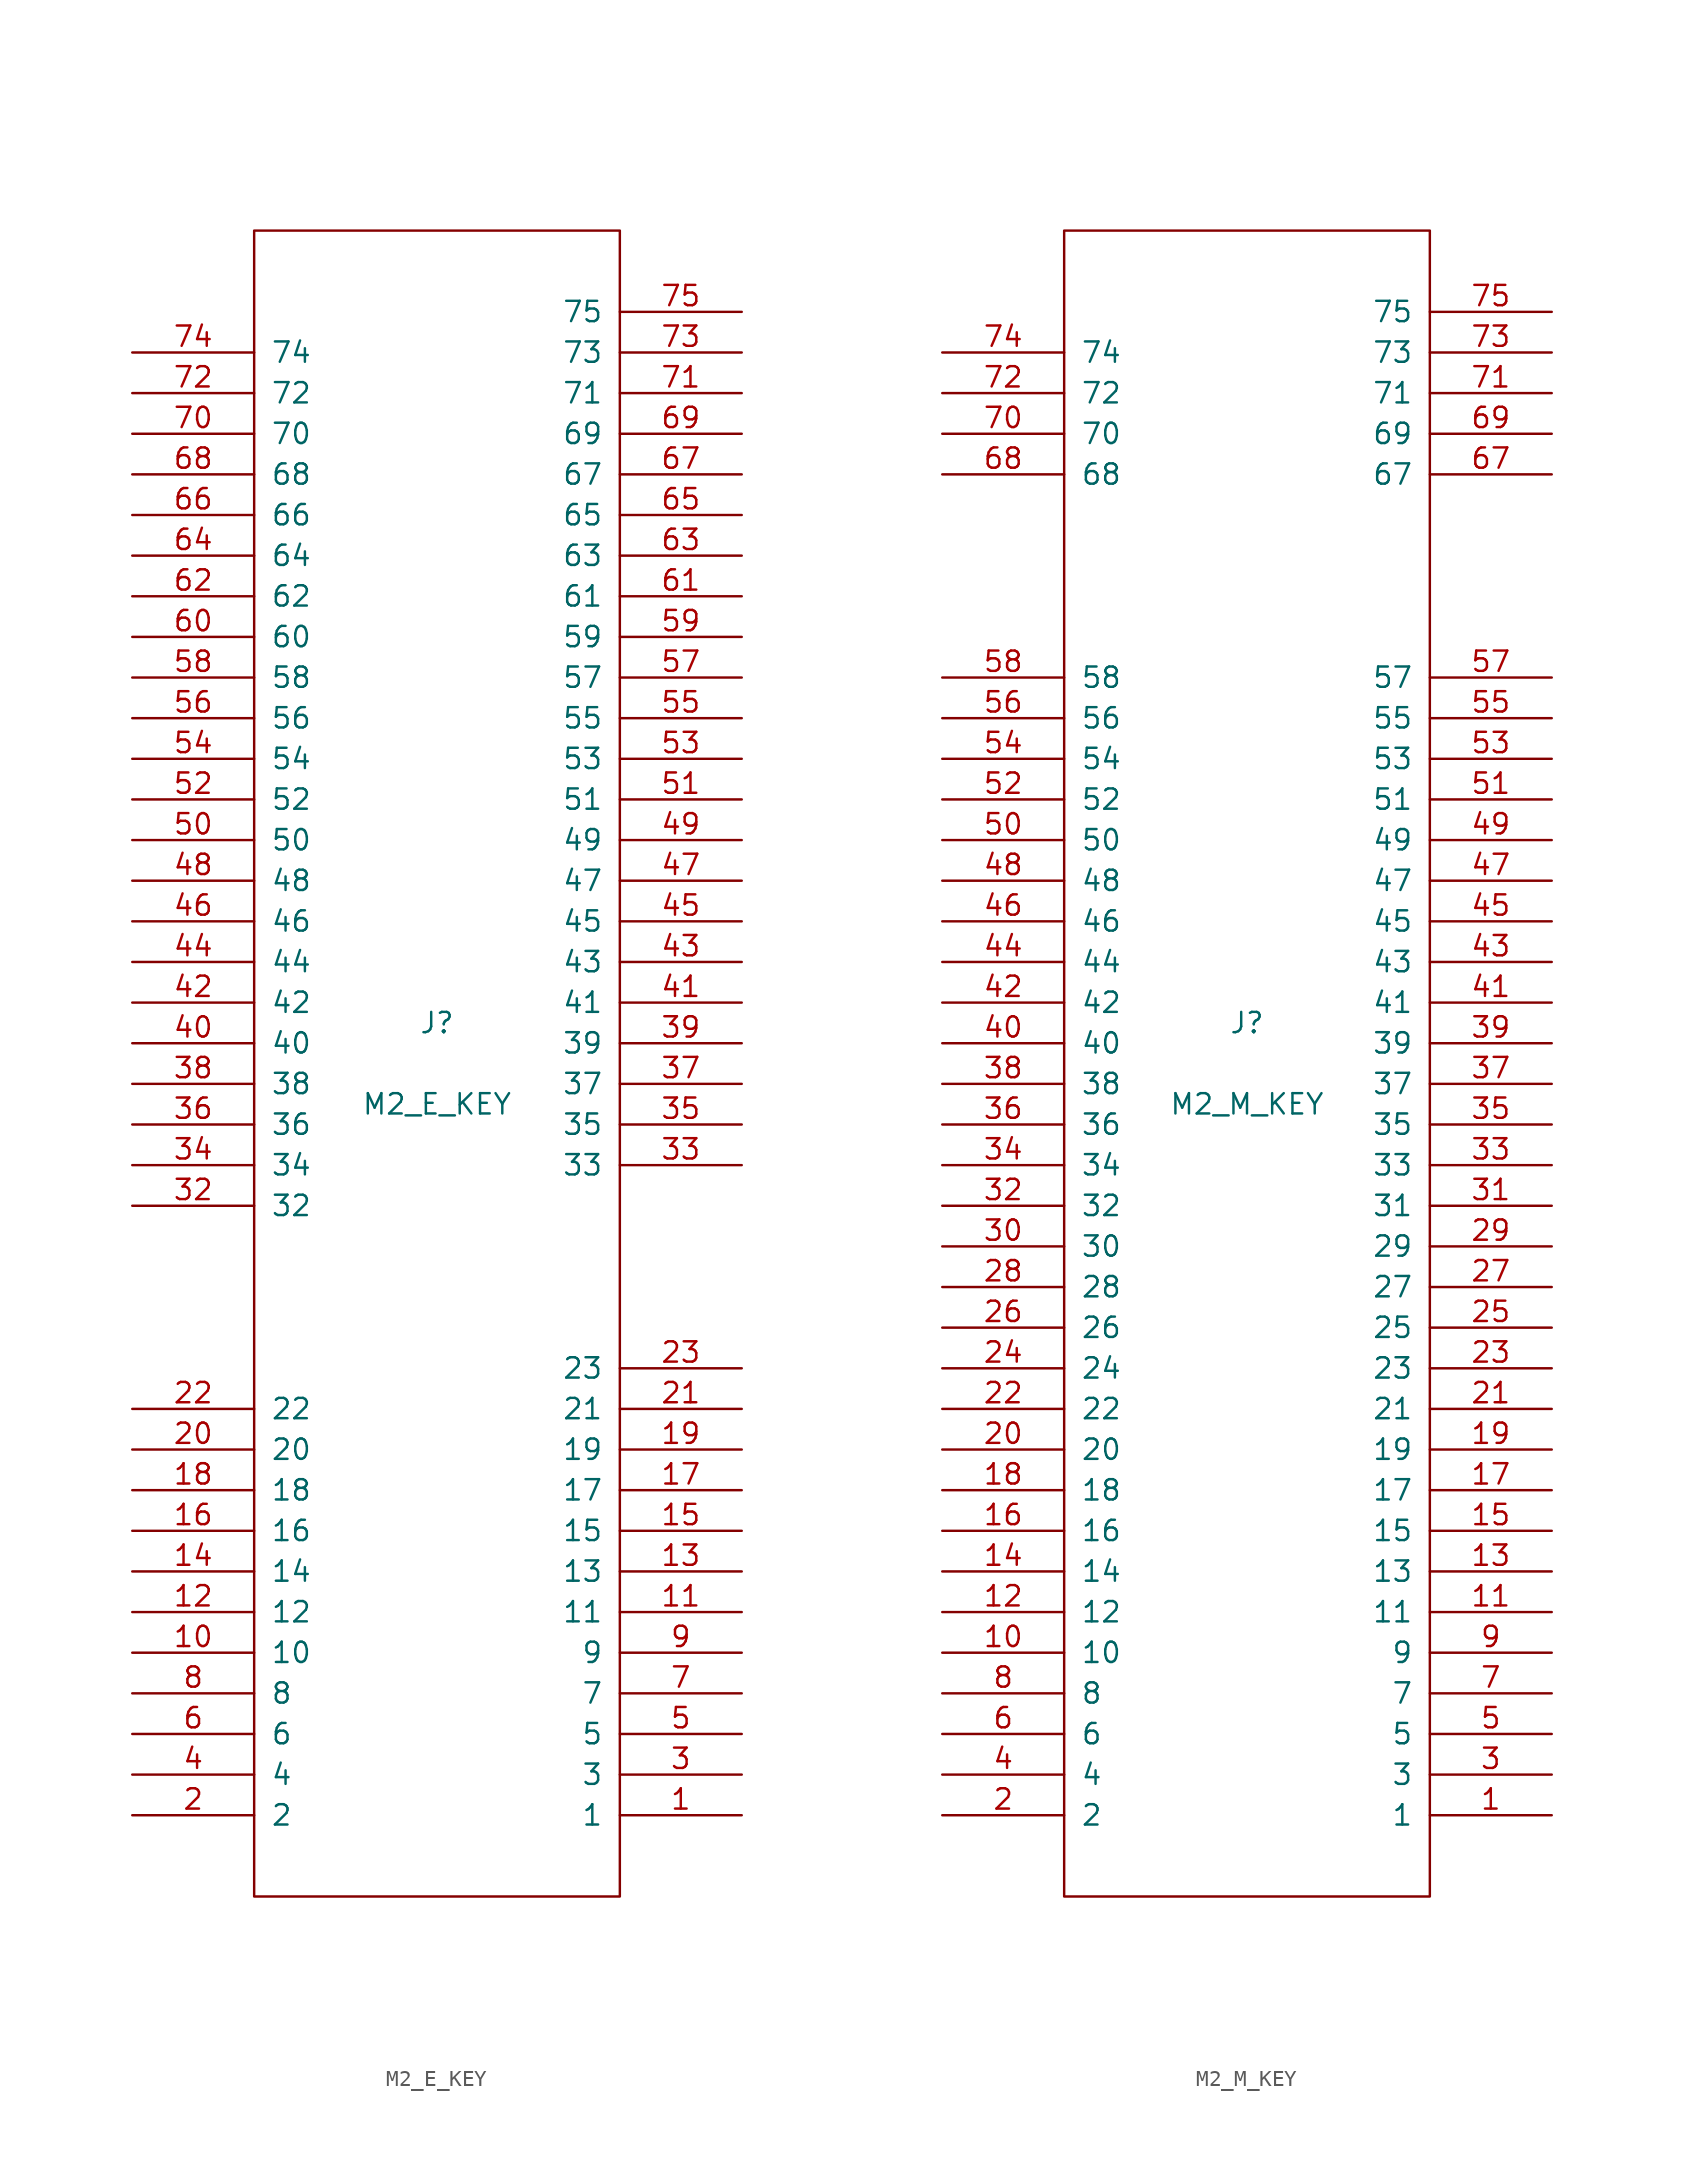
<source format=kicad_sym>
(kicad_symbol_lib
  (version 20211014)
  (generator kicad_symbol_editor)
  (symbol "M2_E_KEY"
    (pin_names
      (offset 1.016))
    (property "Reference" "J"
      (at 0 2.54 0)
      (effects (font (size 1.27 1.27))))
    (property "Value" "M2_E_KEY"
      (at 0 -2.54 0)
      (effects (font (size 1.27 1.27))))
    (symbol "M2_E_KEY_1_0"
      (rectangle (start 11.43 52.07) (end -11.43 -52.07) (stroke (width 0) (type default) (color 0 0 0 0)) (fill (type none))))
    (symbol "M2_E_KEY_1_1"
      (pin passive line (at 19.05 -46.99 180) (length 7.62) (name "1" (effects (font (size 1.27 1.27)))) (number "1" (effects (font (size 1.27 1.27)))))
      (pin passive line (at -19.05 -36.83 0) (length 7.62) (name "10" (effects (font (size 1.27 1.27)))) (number "10" (effects (font (size 1.27 1.27)))))
      (pin passive line (at 19.05 -34.29 180) (length 7.62) (name "11" (effects (font (size 1.27 1.27)))) (number "11" (effects (font (size 1.27 1.27)))))
      (pin passive line (at -19.05 -34.29 0) (length 7.62) (name "12" (effects (font (size 1.27 1.27)))) (number "12" (effects (font (size 1.27 1.27)))))
      (pin passive line (at 19.05 -31.75 180) (length 7.62) (name "13" (effects (font (size 1.27 1.27)))) (number "13" (effects (font (size 1.27 1.27)))))
      (pin passive line (at -19.05 -31.75 0) (length 7.62) (name "14" (effects (font (size 1.27 1.27)))) (number "14" (effects (font (size 1.27 1.27)))))
      (pin passive line (at 19.05 -29.21 180) (length 7.62) (name "15" (effects (font (size 1.27 1.27)))) (number "15" (effects (font (size 1.27 1.27)))))
      (pin passive line (at -19.05 -29.21 0) (length 7.62) (name "16" (effects (font (size 1.27 1.27)))) (number "16" (effects (font (size 1.27 1.27)))))
      (pin passive line (at 19.05 -26.67 180) (length 7.62) (name "17" (effects (font (size 1.27 1.27)))) (number "17" (effects (font (size 1.27 1.27)))))
      (pin passive line (at -19.05 -26.67 0) (length 7.62) (name "18" (effects (font (size 1.27 1.27)))) (number "18" (effects (font (size 1.27 1.27)))))
      (pin passive line (at 19.05 -24.13 180) (length 7.62) (name "19" (effects (font (size 1.27 1.27)))) (number "19" (effects (font (size 1.27 1.27)))))
      (pin passive line (at -19.05 -46.99 0) (length 7.62) (name "2" (effects (font (size 1.27 1.27)))) (number "2" (effects (font (size 1.27 1.27)))))
      (pin passive line (at -19.05 -24.13 0) (length 7.62) (name "20" (effects (font (size 1.27 1.27)))) (number "20" (effects (font (size 1.27 1.27)))))
      (pin passive line (at 19.05 -21.59 180) (length 7.62) (name "21" (effects (font (size 1.27 1.27)))) (number "21" (effects (font (size 1.27 1.27)))))
      (pin passive line (at -19.05 -21.59 0) (length 7.62) (name "22" (effects (font (size 1.27 1.27)))) (number "22" (effects (font (size 1.27 1.27)))))
      (pin passive line (at 19.05 -19.05 180) (length 7.62) (name "23" (effects (font (size 1.27 1.27)))) (number "23" (effects (font (size 1.27 1.27)))))
      (pin passive line (at 19.05 -44.45 180) (length 7.62) (name "3" (effects (font (size 1.27 1.27)))) (number "3" (effects (font (size 1.27 1.27)))))
      (pin passive line (at -19.05 -8.89 0) (length 7.62) (name "32" (effects (font (size 1.27 1.27)))) (number "32" (effects (font (size 1.27 1.27)))))
      (pin passive line (at 19.05 -6.35 180) (length 7.62) (name "33" (effects (font (size 1.27 1.27)))) (number "33" (effects (font (size 1.27 1.27)))))
      (pin passive line (at -19.05 -6.35 0) (length 7.62) (name "34" (effects (font (size 1.27 1.27)))) (number "34" (effects (font (size 1.27 1.27)))))
      (pin passive line (at 19.05 -3.81 180) (length 7.62) (name "35" (effects (font (size 1.27 1.27)))) (number "35" (effects (font (size 1.27 1.27)))))
      (pin passive line (at -19.05 -3.81 0) (length 7.62) (name "36" (effects (font (size 1.27 1.27)))) (number "36" (effects (font (size 1.27 1.27)))))
      (pin passive line (at 19.05 -1.27 180) (length 7.62) (name "37" (effects (font (size 1.27 1.27)))) (number "37" (effects (font (size 1.27 1.27)))))
      (pin passive line (at -19.05 -1.27 0) (length 7.62) (name "38" (effects (font (size 1.27 1.27)))) (number "38" (effects (font (size 1.27 1.27)))))
      (pin passive line (at 19.05 1.27 180) (length 7.62) (name "39" (effects (font (size 1.27 1.27)))) (number "39" (effects (font (size 1.27 1.27)))))
      (pin passive line (at -19.05 -44.45 0) (length 7.62) (name "4" (effects (font (size 1.27 1.27)))) (number "4" (effects (font (size 1.27 1.27)))))
      (pin passive line (at -19.05 1.27 0) (length 7.62) (name "40" (effects (font (size 1.27 1.27)))) (number "40" (effects (font (size 1.27 1.27)))))
      (pin passive line (at 19.05 3.81 180) (length 7.62) (name "41" (effects (font (size 1.27 1.27)))) (number "41" (effects (font (size 1.27 1.27)))))
      (pin passive line (at -19.05 3.81 0) (length 7.62) (name "42" (effects (font (size 1.27 1.27)))) (number "42" (effects (font (size 1.27 1.27)))))
      (pin passive line (at 19.05 6.35 180) (length 7.62) (name "43" (effects (font (size 1.27 1.27)))) (number "43" (effects (font (size 1.27 1.27)))))
      (pin passive line (at -19.05 6.35 0) (length 7.62) (name "44" (effects (font (size 1.27 1.27)))) (number "44" (effects (font (size 1.27 1.27)))))
      (pin passive line (at 19.05 8.89 180) (length 7.62) (name "45" (effects (font (size 1.27 1.27)))) (number "45" (effects (font (size 1.27 1.27)))))
      (pin passive line (at -19.05 8.89 0) (length 7.62) (name "46" (effects (font (size 1.27 1.27)))) (number "46" (effects (font (size 1.27 1.27)))))
      (pin passive line (at 19.05 11.43 180) (length 7.62) (name "47" (effects (font (size 1.27 1.27)))) (number "47" (effects (font (size 1.27 1.27)))))
      (pin passive line (at -19.05 11.43 0) (length 7.62) (name "48" (effects (font (size 1.27 1.27)))) (number "48" (effects (font (size 1.27 1.27)))))
      (pin passive line (at 19.05 13.97 180) (length 7.62) (name "49" (effects (font (size 1.27 1.27)))) (number "49" (effects (font (size 1.27 1.27)))))
      (pin passive line (at 19.05 -41.91 180) (length 7.62) (name "5" (effects (font (size 1.27 1.27)))) (number "5" (effects (font (size 1.27 1.27)))))
      (pin passive line (at -19.05 13.97 0) (length 7.62) (name "50" (effects (font (size 1.27 1.27)))) (number "50" (effects (font (size 1.27 1.27)))))
      (pin passive line (at 19.05 16.51 180) (length 7.62) (name "51" (effects (font (size 1.27 1.27)))) (number "51" (effects (font (size 1.27 1.27)))))
      (pin passive line (at -19.05 16.51 0) (length 7.62) (name "52" (effects (font (size 1.27 1.27)))) (number "52" (effects (font (size 1.27 1.27)))))
      (pin passive line (at 19.05 19.05 180) (length 7.62) (name "53" (effects (font (size 1.27 1.27)))) (number "53" (effects (font (size 1.27 1.27)))))
      (pin passive line (at -19.05 19.05 0) (length 7.62) (name "54" (effects (font (size 1.27 1.27)))) (number "54" (effects (font (size 1.27 1.27)))))
      (pin passive line (at 19.05 21.59 180) (length 7.62) (name "55" (effects (font (size 1.27 1.27)))) (number "55" (effects (font (size 1.27 1.27)))))
      (pin passive line (at -19.05 21.59 0) (length 7.62) (name "56" (effects (font (size 1.27 1.27)))) (number "56" (effects (font (size 1.27 1.27)))))
      (pin passive line (at 19.05 24.13 180) (length 7.62) (name "57" (effects (font (size 1.27 1.27)))) (number "57" (effects (font (size 1.27 1.27)))))
      (pin passive line (at -19.05 24.13 0) (length 7.62) (name "58" (effects (font (size 1.27 1.27)))) (number "58" (effects (font (size 1.27 1.27)))))
      (pin passive line (at 19.05 26.67 180) (length 7.62) (name "59" (effects (font (size 1.27 1.27)))) (number "59" (effects (font (size 1.27 1.27)))))
      (pin passive line (at -19.05 -41.91 0) (length 7.62) (name "6" (effects (font (size 1.27 1.27)))) (number "6" (effects (font (size 1.27 1.27)))))
      (pin passive line (at -19.05 26.67 0) (length 7.62) (name "60" (effects (font (size 1.27 1.27)))) (number "60" (effects (font (size 1.27 1.27)))))
      (pin passive line (at 19.05 29.21 180) (length 7.62) (name "61" (effects (font (size 1.27 1.27)))) (number "61" (effects (font (size 1.27 1.27)))))
      (pin passive line (at -19.05 29.21 0) (length 7.62) (name "62" (effects (font (size 1.27 1.27)))) (number "62" (effects (font (size 1.27 1.27)))))
      (pin passive line (at 19.05 31.75 180) (length 7.62) (name "63" (effects (font (size 1.27 1.27)))) (number "63" (effects (font (size 1.27 1.27)))))
      (pin passive line (at -19.05 31.75 0) (length 7.62) (name "64" (effects (font (size 1.27 1.27)))) (number "64" (effects (font (size 1.27 1.27)))))
      (pin passive line (at 19.05 34.29 180) (length 7.62) (name "65" (effects (font (size 1.27 1.27)))) (number "65" (effects (font (size 1.27 1.27)))))
      (pin passive line (at -19.05 34.29 0) (length 7.62) (name "66" (effects (font (size 1.27 1.27)))) (number "66" (effects (font (size 1.27 1.27)))))
      (pin passive line (at 19.05 36.83 180) (length 7.62) (name "67" (effects (font (size 1.27 1.27)))) (number "67" (effects (font (size 1.27 1.27)))))
      (pin passive line (at -19.05 36.83 0) (length 7.62) (name "68" (effects (font (size 1.27 1.27)))) (number "68" (effects (font (size 1.27 1.27)))))
      (pin passive line (at 19.05 39.37 180) (length 7.62) (name "69" (effects (font (size 1.27 1.27)))) (number "69" (effects (font (size 1.27 1.27)))))
      (pin passive line (at 19.05 -39.37 180) (length 7.62) (name "7" (effects (font (size 1.27 1.27)))) (number "7" (effects (font (size 1.27 1.27)))))
      (pin passive line (at -19.05 39.37 0) (length 7.62) (name "70" (effects (font (size 1.27 1.27)))) (number "70" (effects (font (size 1.27 1.27)))))
      (pin passive line (at 19.05 41.91 180) (length 7.62) (name "71" (effects (font (size 1.27 1.27)))) (number "71" (effects (font (size 1.27 1.27)))))
      (pin passive line (at -19.05 41.91 0) (length 7.62) (name "72" (effects (font (size 1.27 1.27)))) (number "72" (effects (font (size 1.27 1.27)))))
      (pin passive line (at 19.05 44.45 180) (length 7.62) (name "73" (effects (font (size 1.27 1.27)))) (number "73" (effects (font (size 1.27 1.27)))))
      (pin passive line (at -19.05 44.45 0) (length 7.62) (name "74" (effects (font (size 1.27 1.27)))) (number "74" (effects (font (size 1.27 1.27)))))
      (pin passive line (at 19.05 46.99 180) (length 7.62) (name "75" (effects (font (size 1.27 1.27)))) (number "75" (effects (font (size 1.27 1.27)))))
      (pin passive line (at -19.05 -39.37 0) (length 7.62) (name "8" (effects (font (size 1.27 1.27)))) (number "8" (effects (font (size 1.27 1.27)))))
      (pin passive line (at 19.05 -36.83 180) (length 7.62) (name "9" (effects (font (size 1.27 1.27)))) (number "9" (effects (font (size 1.27 1.27)))))))
  (symbol "M2_M_KEY"
    (pin_names
      (offset 1.016))
    (property "Reference" "J"
      (at 0 2.54 0)
      (effects (font (size 1.27 1.27))))
    (property "Value" "M2_M_KEY"
      (at 0 -2.54 0)
      (effects (font (size 1.27 1.27))))
    (symbol "M2_M_KEY_1_0"
      (rectangle (start 11.43 52.07) (end -11.43 -52.07) (stroke (width 0) (type default) (color 0 0 0 0)) (fill (type none))))
    (symbol "M2_M_KEY_1_1"
      (pin passive line (at 19.05 -46.99 180) (length 7.62) (name "1" (effects (font (size 1.27 1.27)))) (number "1" (effects (font (size 1.27 1.27)))))
      (pin passive line (at -19.05 -36.83 0) (length 7.62) (name "10" (effects (font (size 1.27 1.27)))) (number "10" (effects (font (size 1.27 1.27)))))
      (pin passive line (at 19.05 -34.29 180) (length 7.62) (name "11" (effects (font (size 1.27 1.27)))) (number "11" (effects (font (size 1.27 1.27)))))
      (pin passive line (at -19.05 -34.29 0) (length 7.62) (name "12" (effects (font (size 1.27 1.27)))) (number "12" (effects (font (size 1.27 1.27)))))
      (pin passive line (at 19.05 -31.75 180) (length 7.62) (name "13" (effects (font (size 1.27 1.27)))) (number "13" (effects (font (size 1.27 1.27)))))
      (pin passive line (at -19.05 -31.75 0) (length 7.62) (name "14" (effects (font (size 1.27 1.27)))) (number "14" (effects (font (size 1.27 1.27)))))
      (pin passive line (at 19.05 -29.21 180) (length 7.62) (name "15" (effects (font (size 1.27 1.27)))) (number "15" (effects (font (size 1.27 1.27)))))
      (pin passive line (at -19.05 -29.21 0) (length 7.62) (name "16" (effects (font (size 1.27 1.27)))) (number "16" (effects (font (size 1.27 1.27)))))
      (pin passive line (at 19.05 -26.67 180) (length 7.62) (name "17" (effects (font (size 1.27 1.27)))) (number "17" (effects (font (size 1.27 1.27)))))
      (pin passive line (at -19.05 -26.67 0) (length 7.62) (name "18" (effects (font (size 1.27 1.27)))) (number "18" (effects (font (size 1.27 1.27)))))
      (pin passive line (at 19.05 -24.13 180) (length 7.62) (name "19" (effects (font (size 1.27 1.27)))) (number "19" (effects (font (size 1.27 1.27)))))
      (pin passive line (at -19.05 -46.99 0) (length 7.62) (name "2" (effects (font (size 1.27 1.27)))) (number "2" (effects (font (size 1.27 1.27)))))
      (pin passive line (at -19.05 -24.13 0) (length 7.62) (name "20" (effects (font (size 1.27 1.27)))) (number "20" (effects (font (size 1.27 1.27)))))
      (pin passive line (at 19.05 -21.59 180) (length 7.62) (name "21" (effects (font (size 1.27 1.27)))) (number "21" (effects (font (size 1.27 1.27)))))
      (pin passive line (at -19.05 -21.59 0) (length 7.62) (name "22" (effects (font (size 1.27 1.27)))) (number "22" (effects (font (size 1.27 1.27)))))
      (pin passive line (at 19.05 -19.05 180) (length 7.62) (name "23" (effects (font (size 1.27 1.27)))) (number "23" (effects (font (size 1.27 1.27)))))
      (pin passive line (at -19.05 -19.05 0) (length 7.62) (name "24" (effects (font (size 1.27 1.27)))) (number "24" (effects (font (size 1.27 1.27)))))
      (pin passive line (at 19.05 -16.51 180) (length 7.62) (name "25" (effects (font (size 1.27 1.27)))) (number "25" (effects (font (size 1.27 1.27)))))
      (pin passive line (at -19.05 -16.51 0) (length 7.62) (name "26" (effects (font (size 1.27 1.27)))) (number "26" (effects (font (size 1.27 1.27)))))
      (pin passive line (at 19.05 -13.97 180) (length 7.62) (name "27" (effects (font (size 1.27 1.27)))) (number "27" (effects (font (size 1.27 1.27)))))
      (pin passive line (at -19.05 -13.97 0) (length 7.62) (name "28" (effects (font (size 1.27 1.27)))) (number "28" (effects (font (size 1.27 1.27)))))
      (pin passive line (at 19.05 -11.43 180) (length 7.62) (name "29" (effects (font (size 1.27 1.27)))) (number "29" (effects (font (size 1.27 1.27)))))
      (pin passive line (at 19.05 -44.45 180) (length 7.62) (name "3" (effects (font (size 1.27 1.27)))) (number "3" (effects (font (size 1.27 1.27)))))
      (pin passive line (at -19.05 -11.43 0) (length 7.62) (name "30" (effects (font (size 1.27 1.27)))) (number "30" (effects (font (size 1.27 1.27)))))
      (pin passive line (at 19.05 -8.89 180) (length 7.62) (name "31" (effects (font (size 1.27 1.27)))) (number "31" (effects (font (size 1.27 1.27)))))
      (pin passive line (at -19.05 -8.89 0) (length 7.62) (name "32" (effects (font (size 1.27 1.27)))) (number "32" (effects (font (size 1.27 1.27)))))
      (pin passive line (at 19.05 -6.35 180) (length 7.62) (name "33" (effects (font (size 1.27 1.27)))) (number "33" (effects (font (size 1.27 1.27)))))
      (pin passive line (at -19.05 -6.35 0) (length 7.62) (name "34" (effects (font (size 1.27 1.27)))) (number "34" (effects (font (size 1.27 1.27)))))
      (pin passive line (at 19.05 -3.81 180) (length 7.62) (name "35" (effects (font (size 1.27 1.27)))) (number "35" (effects (font (size 1.27 1.27)))))
      (pin passive line (at -19.05 -3.81 0) (length 7.62) (name "36" (effects (font (size 1.27 1.27)))) (number "36" (effects (font (size 1.27 1.27)))))
      (pin passive line (at 19.05 -1.27 180) (length 7.62) (name "37" (effects (font (size 1.27 1.27)))) (number "37" (effects (font (size 1.27 1.27)))))
      (pin passive line (at -19.05 -1.27 0) (length 7.62) (name "38" (effects (font (size 1.27 1.27)))) (number "38" (effects (font (size 1.27 1.27)))))
      (pin passive line (at 19.05 1.27 180) (length 7.62) (name "39" (effects (font (size 1.27 1.27)))) (number "39" (effects (font (size 1.27 1.27)))))
      (pin passive line (at -19.05 -44.45 0) (length 7.62) (name "4" (effects (font (size 1.27 1.27)))) (number "4" (effects (font (size 1.27 1.27)))))
      (pin passive line (at -19.05 1.27 0) (length 7.62) (name "40" (effects (font (size 1.27 1.27)))) (number "40" (effects (font (size 1.27 1.27)))))
      (pin passive line (at 19.05 3.81 180) (length 7.62) (name "41" (effects (font (size 1.27 1.27)))) (number "41" (effects (font (size 1.27 1.27)))))
      (pin passive line (at -19.05 3.81 0) (length 7.62) (name "42" (effects (font (size 1.27 1.27)))) (number "42" (effects (font (size 1.27 1.27)))))
      (pin passive line (at 19.05 6.35 180) (length 7.62) (name "43" (effects (font (size 1.27 1.27)))) (number "43" (effects (font (size 1.27 1.27)))))
      (pin passive line (at -19.05 6.35 0) (length 7.62) (name "44" (effects (font (size 1.27 1.27)))) (number "44" (effects (font (size 1.27 1.27)))))
      (pin passive line (at 19.05 8.89 180) (length 7.62) (name "45" (effects (font (size 1.27 1.27)))) (number "45" (effects (font (size 1.27 1.27)))))
      (pin passive line (at -19.05 8.89 0) (length 7.62) (name "46" (effects (font (size 1.27 1.27)))) (number "46" (effects (font (size 1.27 1.27)))))
      (pin passive line (at 19.05 11.43 180) (length 7.62) (name "47" (effects (font (size 1.27 1.27)))) (number "47" (effects (font (size 1.27 1.27)))))
      (pin passive line (at -19.05 11.43 0) (length 7.62) (name "48" (effects (font (size 1.27 1.27)))) (number "48" (effects (font (size 1.27 1.27)))))
      (pin passive line (at 19.05 13.97 180) (length 7.62) (name "49" (effects (font (size 1.27 1.27)))) (number "49" (effects (font (size 1.27 1.27)))))
      (pin passive line (at 19.05 -41.91 180) (length 7.62) (name "5" (effects (font (size 1.27 1.27)))) (number "5" (effects (font (size 1.27 1.27)))))
      (pin passive line (at -19.05 13.97 0) (length 7.62) (name "50" (effects (font (size 1.27 1.27)))) (number "50" (effects (font (size 1.27 1.27)))))
      (pin passive line (at 19.05 16.51 180) (length 7.62) (name "51" (effects (font (size 1.27 1.27)))) (number "51" (effects (font (size 1.27 1.27)))))
      (pin passive line (at -19.05 16.51 0) (length 7.62) (name "52" (effects (font (size 1.27 1.27)))) (number "52" (effects (font (size 1.27 1.27)))))
      (pin passive line (at 19.05 19.05 180) (length 7.62) (name "53" (effects (font (size 1.27 1.27)))) (number "53" (effects (font (size 1.27 1.27)))))
      (pin passive line (at -19.05 19.05 0) (length 7.62) (name "54" (effects (font (size 1.27 1.27)))) (number "54" (effects (font (size 1.27 1.27)))))
      (pin passive line (at 19.05 21.59 180) (length 7.62) (name "55" (effects (font (size 1.27 1.27)))) (number "55" (effects (font (size 1.27 1.27)))))
      (pin passive line (at -19.05 21.59 0) (length 7.62) (name "56" (effects (font (size 1.27 1.27)))) (number "56" (effects (font (size 1.27 1.27)))))
      (pin passive line (at 19.05 24.13 180) (length 7.62) (name "57" (effects (font (size 1.27 1.27)))) (number "57" (effects (font (size 1.27 1.27)))))
      (pin passive line (at -19.05 24.13 0) (length 7.62) (name "58" (effects (font (size 1.27 1.27)))) (number "58" (effects (font (size 1.27 1.27)))))
      (pin passive line (at -19.05 -41.91 0) (length 7.62) (name "6" (effects (font (size 1.27 1.27)))) (number "6" (effects (font (size 1.27 1.27)))))
      (pin passive line (at 19.05 36.83 180) (length 7.62) (name "67" (effects (font (size 1.27 1.27)))) (number "67" (effects (font (size 1.27 1.27)))))
      (pin passive line (at -19.05 36.83 0) (length 7.62) (name "68" (effects (font (size 1.27 1.27)))) (number "68" (effects (font (size 1.27 1.27)))))
      (pin passive line (at 19.05 39.37 180) (length 7.62) (name "69" (effects (font (size 1.27 1.27)))) (number "69" (effects (font (size 1.27 1.27)))))
      (pin passive line (at 19.05 -39.37 180) (length 7.62) (name "7" (effects (font (size 1.27 1.27)))) (number "7" (effects (font (size 1.27 1.27)))))
      (pin passive line (at -19.05 39.37 0) (length 7.62) (name "70" (effects (font (size 1.27 1.27)))) (number "70" (effects (font (size 1.27 1.27)))))
      (pin passive line (at 19.05 41.91 180) (length 7.62) (name "71" (effects (font (size 1.27 1.27)))) (number "71" (effects (font (size 1.27 1.27)))))
      (pin passive line (at -19.05 41.91 0) (length 7.62) (name "72" (effects (font (size 1.27 1.27)))) (number "72" (effects (font (size 1.27 1.27)))))
      (pin passive line (at 19.05 44.45 180) (length 7.62) (name "73" (effects (font (size 1.27 1.27)))) (number "73" (effects (font (size 1.27 1.27)))))
      (pin passive line (at -19.05 44.45 0) (length 7.62) (name "74" (effects (font (size 1.27 1.27)))) (number "74" (effects (font (size 1.27 1.27)))))
      (pin passive line (at 19.05 46.99 180) (length 7.62) (name "75" (effects (font (size 1.27 1.27)))) (number "75" (effects (font (size 1.27 1.27)))))
      (pin passive line (at -19.05 -39.37 0) (length 7.62) (name "8" (effects (font (size 1.27 1.27)))) (number "8" (effects (font (size 1.27 1.27)))))
      (pin passive line (at 19.05 -36.83 180) (length 7.62) (name "9" (effects (font (size 1.27 1.27)))) (number "9" (effects (font (size 1.27 1.27))))))))
</source>
